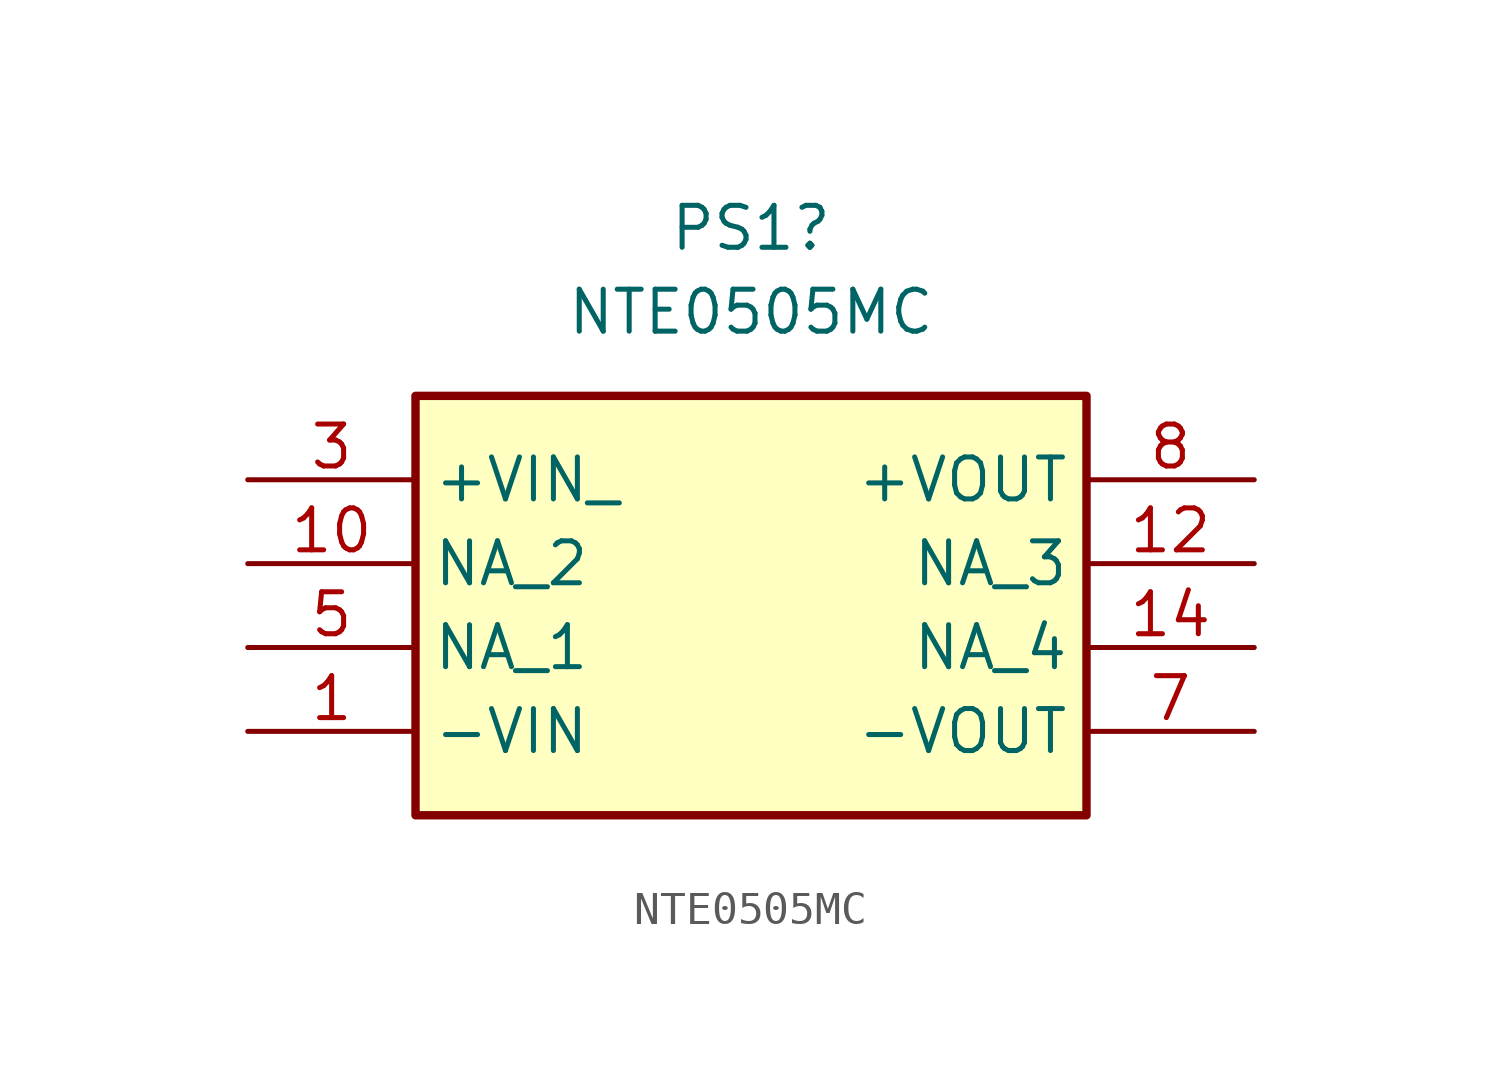
<source format=kicad_sym>
(kicad_symbol_lib
  (version 20231120)
  (generator "kicad_symbol_editor")
  (generator_version "8.0")
  (symbol "NTE0505MC"
    (property "Reference" "PS1"
      (at 15.24 7.62 0)
      (effects (font (size 1.27 1.27))))
    (property "Value" "NTE0505MC"
      (at 15.24 5.08 0)
      (effects (font (size 1.27 1.27))))
    (symbol "NTE0505MC_1_1"
      (rectangle (start 5.08 2.54) (end 25.4 -10.16) (stroke (width 0.254) (type default)) (fill (type background)))
      (pin passive line (at 0 -7.62 0) (length 5.08) (name "-VIN" (effects (font (size 1.27 1.27)))) (number "1" (effects (font (size 1.27 1.27)))))
      (pin passive line (at 0 -2.54 0) (length 5.08) (name "NA_2" (effects (font (size 1.27 1.27)))) (number "10" (effects (font (size 1.27 1.27)))))
      (pin passive line (at 30.48 -2.54 180) (length 5.08) (name "NA_3" (effects (font (size 1.27 1.27)))) (number "12" (effects (font (size 1.27 1.27)))))
      (pin passive line (at 30.48 -5.08 180) (length 5.08) (name "NA_4" (effects (font (size 1.27 1.27)))) (number "14" (effects (font (size 1.27 1.27)))))
      (pin passive line (at 0 0 0) (length 5.08) (name "+VIN_" (effects (font (size 1.27 1.27)))) (number "3" (effects (font (size 1.27 1.27)))))
      (pin passive line (at 0 -5.08 0) (length 5.08) (name "NA_1" (effects (font (size 1.27 1.27)))) (number "5" (effects (font (size 1.27 1.27)))))
      (pin passive line (at 30.48 -7.62 180) (length 5.08) (name "-VOUT" (effects (font (size 1.27 1.27)))) (number "7" (effects (font (size 1.27 1.27)))))
      (pin passive line (at 30.48 0 180) (length 5.08) (name "+VOUT" (effects (font (size 1.27 1.27)))) (number "8" (effects (font (size 1.27 1.27))))))))
</source>
